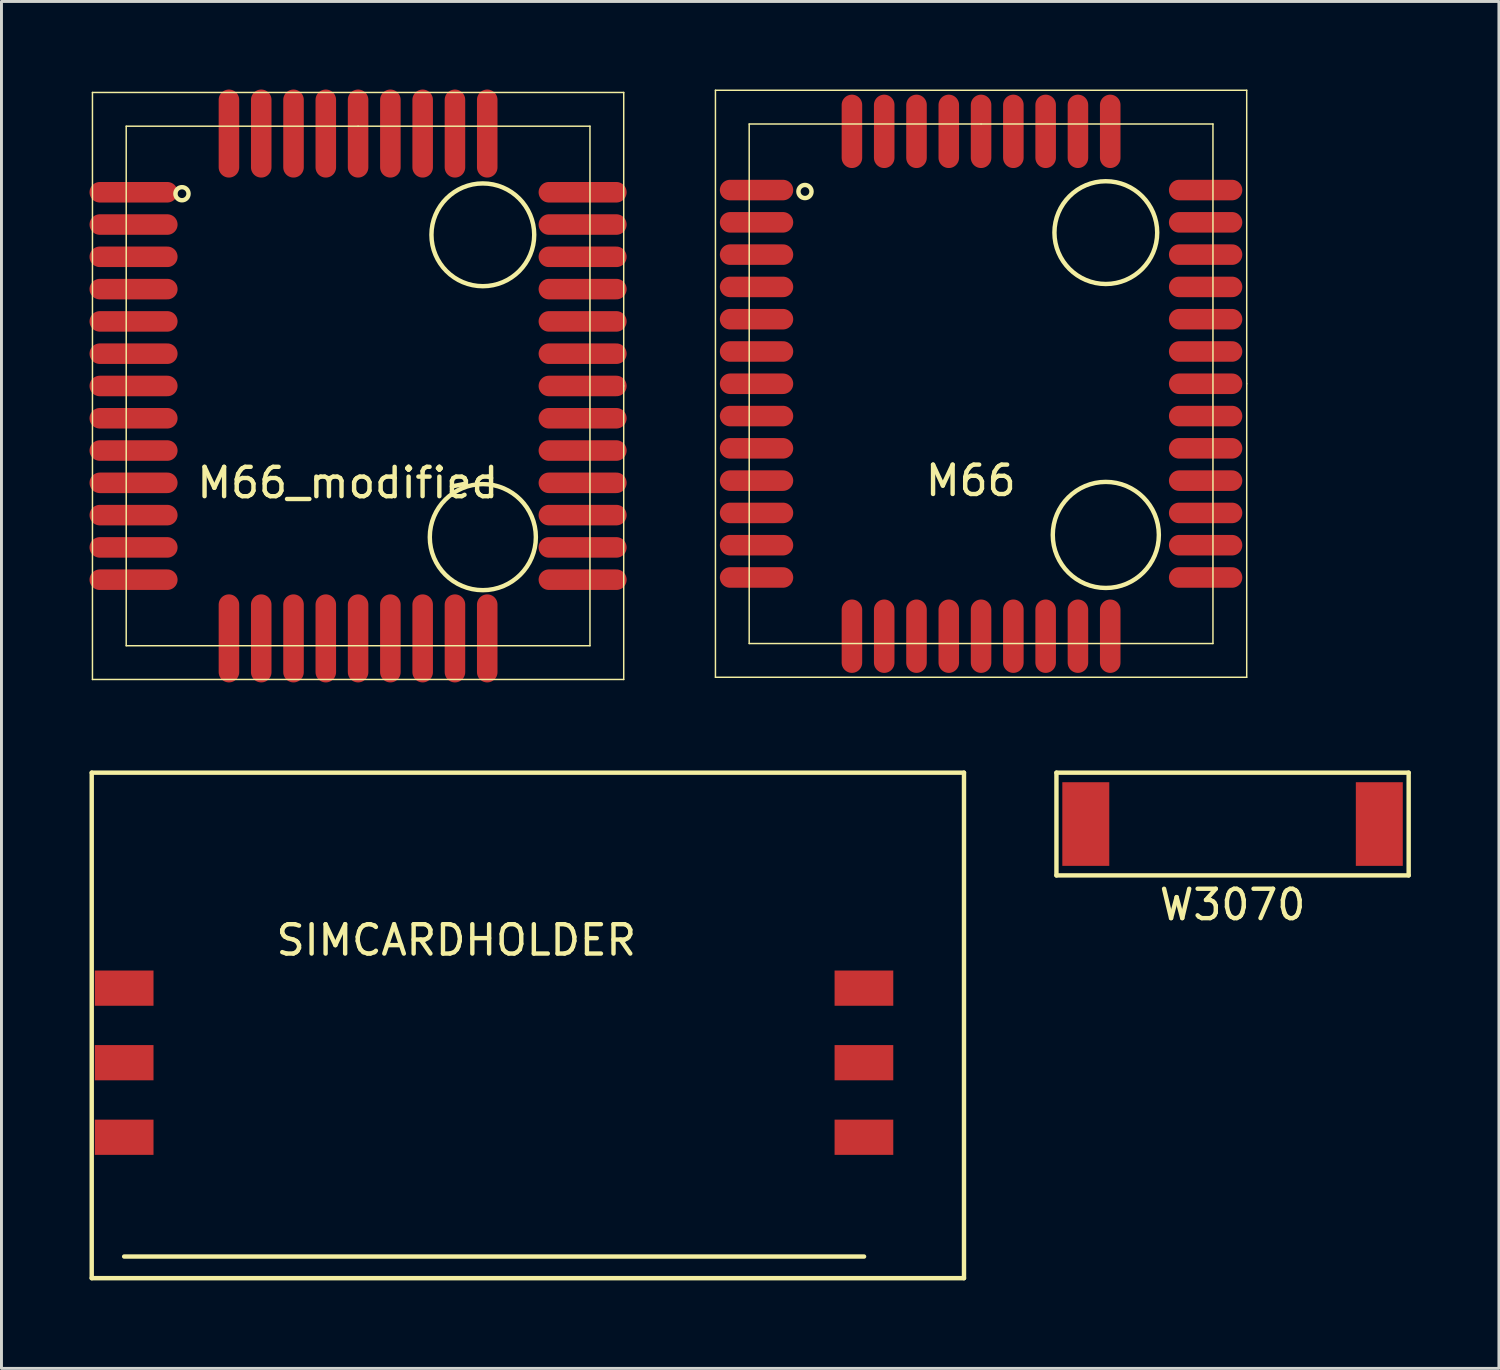
<source format=kicad_pcb>
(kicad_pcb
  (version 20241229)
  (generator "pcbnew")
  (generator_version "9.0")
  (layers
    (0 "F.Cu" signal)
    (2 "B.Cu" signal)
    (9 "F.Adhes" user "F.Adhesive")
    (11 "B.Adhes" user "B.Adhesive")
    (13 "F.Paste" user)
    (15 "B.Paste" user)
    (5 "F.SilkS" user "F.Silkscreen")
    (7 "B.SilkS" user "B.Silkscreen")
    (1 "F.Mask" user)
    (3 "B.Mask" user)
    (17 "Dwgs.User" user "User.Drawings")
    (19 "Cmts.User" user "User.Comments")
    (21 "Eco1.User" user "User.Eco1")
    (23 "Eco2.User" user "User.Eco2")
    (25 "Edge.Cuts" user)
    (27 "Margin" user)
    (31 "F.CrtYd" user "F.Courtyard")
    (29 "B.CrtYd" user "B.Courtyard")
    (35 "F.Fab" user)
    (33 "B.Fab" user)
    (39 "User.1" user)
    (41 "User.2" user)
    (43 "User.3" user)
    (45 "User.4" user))
  (footprint "M66_modified"
    (layer "F.Cu")
    (at 9.15 10.1)
    (property "Reference" "M66_modified" (at -0.35 3.3 0) (layer "F.SilkS") (effects (font (size 1 1) (thickness 0.15))))
    (attr through_hole)
    (fp_line (start -9.05 -10) (end 9.05 -10) (stroke (width 0.05) (type solid)) (layer "F.SilkS"))
    (fp_line (start -9.05 10) (end -9.05 -10) (stroke (width 0.05) (type solid)) (layer "F.SilkS"))
    (fp_line (start -7.9 -8.85) (end 0 -8.85) (stroke (width 0.05) (type solid)) (layer "F.SilkS"))
    (fp_line (start -7.9 8.85) (end -7.9 -8.85) (stroke (width 0.05) (type solid)) (layer "F.SilkS"))
    (fp_line (start 0 -8.85) (end 7.9 -8.85) (stroke (width 0.05) (type solid)) (layer "F.SilkS"))
    (fp_line (start 7.9 -8.85) (end 7.9 8.85) (stroke (width 0.05) (type solid)) (layer "F.SilkS"))
    (fp_line (start 7.9 8.85) (end -7.9 8.85) (stroke (width 0.05) (type solid)) (layer "F.SilkS"))
    (fp_line (start 9.05 -10) (end 9.05 0) (stroke (width 0.05) (type solid)) (layer "F.SilkS"))
    (fp_line (start 9.05 0) (end 9.05 10) (stroke (width 0.05) (type solid)) (layer "F.SilkS"))
    (fp_line (start 9.05 10) (end -9.05 10) (stroke (width 0.05) (type solid)) (layer "F.SilkS"))
    (fp_circle (center -6 -6.55) (end -5.9 -6.35) (stroke (width 0.15) (type solid)) (fill no) (layer "F.SilkS"))
    (fp_circle (center 4.25 -5.15) (end 4.3 -3.4) (stroke (width 0.15) (type solid)) (fill no) (layer "F.SilkS"))
    (fp_circle (center 4.25 5.15) (end 4.7 6.9) (stroke (width 0.15) (type solid)) (fill no) (layer "F.SilkS"))
    (pad "1" smd oval (at -7.65 -6.6) (size 3 0.7) (layers "F.Cu" "F.Mask" "F.Paste"))
    (pad "2" smd oval (at -7.65 -5.5) (size 3 0.7) (layers "F.Cu" "F.Mask" "F.Paste"))
    (pad "3" smd oval (at -7.65 -4.4) (size 3 0.7) (layers "F.Cu" "F.Mask" "F.Paste"))
    (pad "4" smd oval (at -7.65 -3.3) (size 3 0.7) (layers "F.Cu" "F.Mask" "F.Paste"))
    (pad "5" smd oval (at -7.65 -2.2) (size 3 0.7) (layers "F.Cu" "F.Mask" "F.Paste"))
    (pad "6" smd oval (at -7.65 -1.1) (size 3 0.7) (layers "F.Cu" "F.Mask" "F.Paste"))
    (pad "7" smd oval (at -7.65 0) (size 3 0.7) (layers "F.Cu" "F.Mask" "F.Paste"))
    (pad "8" smd oval (at -7.65 1.1) (size 3 0.7) (layers "F.Cu" "F.Mask" "F.Paste"))
    (pad "9" smd oval (at -7.65 2.2) (size 3 0.7) (layers "F.Cu" "F.Mask" "F.Paste"))
    (pad "10" smd oval (at -7.65 3.3) (size 3 0.7) (layers "F.Cu" "F.Mask" "F.Paste"))
    (pad "11" smd oval (at -7.65 4.4) (size 3 0.7) (layers "F.Cu" "F.Mask" "F.Paste"))
    (pad "12" smd oval (at -7.65 5.5) (size 3 0.7) (layers "F.Cu" "F.Mask" "F.Paste"))
    (pad "13" smd oval (at -7.65 6.6) (size 3 0.7) (layers "F.Cu" "F.Mask" "F.Paste"))
    (pad "14" smd oval (at -4.4 8.6 90) (size 3 0.7) (layers "F.Cu" "F.Mask" "F.Paste"))
    (pad "15" smd oval (at -3.3 8.6 90) (size 3 0.7) (layers "F.Cu" "F.Mask" "F.Paste"))
    (pad "16" smd oval (at -2.2 8.6 90) (size 3 0.7) (layers "F.Cu" "F.Mask" "F.Paste"))
    (pad "17" smd oval (at -1.1 8.6 90) (size 3 0.7) (layers "F.Cu" "F.Mask" "F.Paste"))
    (pad "18" smd oval (at 0 8.6 90) (size 3 0.7) (layers "F.Cu" "F.Mask" "F.Paste"))
    (pad "19" smd oval (at 1.1 8.6 90) (size 3 0.7) (layers "F.Cu" "F.Mask" "F.Paste"))
    (pad "20" smd oval (at 2.2 8.6 90) (size 3 0.7) (layers "F.Cu" "F.Mask" "F.Paste"))
    (pad "21" smd oval (at 3.3 8.6 90) (size 3 0.7) (layers "F.Cu" "F.Mask" "F.Paste"))
    (pad "22" smd oval (at 4.4 8.6 90) (size 3 0.7) (layers "F.Cu" "F.Mask" "F.Paste"))
    (pad "23" smd oval (at 7.65 6.6) (size 3 0.7) (layers "F.Cu" "F.Mask" "F.Paste"))
    (pad "24" smd oval (at 7.65 5.5) (size 3 0.7) (layers "F.Cu" "F.Mask" "F.Paste"))
    (pad "25" smd oval (at 7.65 4.4) (size 3 0.7) (layers "F.Cu" "F.Mask" "F.Paste"))
    (pad "26" smd oval (at 7.65 3.3) (size 3 0.7) (layers "F.Cu" "F.Mask" "F.Paste"))
    (pad "27" smd oval (at 7.65 2.2) (size 3 0.7) (layers "F.Cu" "F.Mask" "F.Paste"))
    (pad "28" smd oval (at 7.65 1.1) (size 3 0.7) (layers "F.Cu" "F.Mask" "F.Paste"))
    (pad "29" smd oval (at 7.65 0) (size 3 0.7) (layers "F.Cu" "F.Mask" "F.Paste"))
    (pad "30" smd oval (at 7.65 -1.1) (size 3 0.7) (layers "F.Cu" "F.Mask" "F.Paste"))
    (pad "31" smd oval (at 7.65 -2.2) (size 3 0.7) (layers "F.Cu" "F.Mask" "F.Paste"))
    (pad "32" smd oval (at 7.65 -3.3) (size 3 0.7) (layers "F.Cu" "F.Mask" "F.Paste"))
    (pad "33" smd oval (at 7.65 -4.4) (size 3 0.7) (layers "F.Cu" "F.Mask" "F.Paste"))
    (pad "34" smd oval (at 7.65 -5.5) (size 3 0.7) (layers "F.Cu" "F.Mask" "F.Paste"))
    (pad "35" smd oval (at 7.65 -6.6) (size 3 0.7) (layers "F.Cu" "F.Mask" "F.Paste"))
    (pad "36" smd oval (at 4.4 -8.6 270) (size 3 0.7) (layers "F.Cu" "F.Mask" "F.Paste"))
    (pad "37" smd oval (at 3.3 -8.6 270) (size 3 0.7) (layers "F.Cu" "F.Mask" "F.Paste"))
    (pad "38" smd oval (at 2.2 -8.6 270) (size 3 0.7) (layers "F.Cu" "F.Mask" "F.Paste"))
    (pad "39" smd oval (at 1.1 -8.6 270) (size 3 0.7) (layers "F.Cu" "F.Mask" "F.Paste"))
    (pad "40" smd oval (at 0 -8.6 270) (size 3 0.7) (layers "F.Cu" "F.Mask" "F.Paste"))
    (pad "41" smd oval (at -1.1 -8.6 270) (size 3 0.7) (layers "F.Cu" "F.Mask" "F.Paste"))
    (pad "42" smd oval (at -2.2 -8.6 270) (size 3 0.7) (layers "F.Cu" "F.Mask" "F.Paste"))
    (pad "43" smd oval (at -3.3 -8.6 270) (size 3 0.7) (layers "F.Cu" "F.Mask" "F.Paste"))
    (pad "44" smd oval (at -4.4 -8.6 270) (size 3 0.7) (layers "F.Cu" "F.Mask" "F.Paste")))
  (footprint "M66"
    (layer "F.Cu")
    (at 30.375 10.025)
    (property "Reference" "M66" (at -0.35 3.3 0) (layer "F.SilkS") (effects (font (size 1 1) (thickness 0.15))))
    (attr through_hole)
    (fp_line (start -9.05 -10) (end 9.05 -10) (stroke (width 0.05) (type solid)) (layer "F.SilkS"))
    (fp_line (start -9.05 10) (end -9.05 -10) (stroke (width 0.05) (type solid)) (layer "F.SilkS"))
    (fp_line (start -7.9 -8.85) (end 0 -8.85) (stroke (width 0.05) (type solid)) (layer "F.SilkS"))
    (fp_line (start -7.9 8.85) (end -7.9 -8.85) (stroke (width 0.05) (type solid)) (layer "F.SilkS"))
    (fp_line (start 0 -8.85) (end 7.9 -8.85) (stroke (width 0.05) (type solid)) (layer "F.SilkS"))
    (fp_line (start 7.9 -8.85) (end 7.9 8.85) (stroke (width 0.05) (type solid)) (layer "F.SilkS"))
    (fp_line (start 7.9 8.85) (end -7.9 8.85) (stroke (width 0.05) (type solid)) (layer "F.SilkS"))
    (fp_line (start 9.05 -10) (end 9.05 0) (stroke (width 0.05) (type solid)) (layer "F.SilkS"))
    (fp_line (start 9.05 0) (end 9.05 10) (stroke (width 0.05) (type solid)) (layer "F.SilkS"))
    (fp_line (start 9.05 10) (end -9.05 10) (stroke (width 0.05) (type solid)) (layer "F.SilkS"))
    (fp_circle (center -6 -6.55) (end -5.9 -6.35) (stroke (width 0.15) (type solid)) (fill no) (layer "F.SilkS"))
    (fp_circle (center 4.25 -5.15) (end 4.3 -3.4) (stroke (width 0.15) (type solid)) (fill no) (layer "F.SilkS"))
    (fp_circle (center 4.25 5.15) (end 4.7 6.9) (stroke (width 0.15) (type solid)) (fill no) (layer "F.SilkS"))
    (pad "1" smd oval (at -7.65 -6.6) (size 2.5 0.7) (layers "F.Cu" "F.Mask" "F.Paste"))
    (pad "2" smd oval (at -7.65 -5.5) (size 2.5 0.7) (layers "F.Cu" "F.Mask" "F.Paste"))
    (pad "3" smd oval (at -7.65 -4.4) (size 2.5 0.7) (layers "F.Cu" "F.Mask" "F.Paste"))
    (pad "4" smd oval (at -7.65 -3.3) (size 2.5 0.7) (layers "F.Cu" "F.Mask" "F.Paste"))
    (pad "5" smd oval (at -7.65 -2.2) (size 2.5 0.7) (layers "F.Cu" "F.Mask" "F.Paste"))
    (pad "6" smd oval (at -7.65 -1.1) (size 2.5 0.7) (layers "F.Cu" "F.Mask" "F.Paste"))
    (pad "7" smd oval (at -7.65 0) (size 2.5 0.7) (layers "F.Cu" "F.Mask" "F.Paste"))
    (pad "8" smd oval (at -7.65 1.1) (size 2.5 0.7) (layers "F.Cu" "F.Mask" "F.Paste"))
    (pad "9" smd oval (at -7.65 2.2) (size 2.5 0.7) (layers "F.Cu" "F.Mask" "F.Paste"))
    (pad "10" smd oval (at -7.65 3.3) (size 2.5 0.7) (layers "F.Cu" "F.Mask" "F.Paste"))
    (pad "11" smd oval (at -7.65 4.4) (size 2.5 0.7) (layers "F.Cu" "F.Mask" "F.Paste"))
    (pad "12" smd oval (at -7.65 5.5) (size 2.5 0.7) (layers "F.Cu" "F.Mask" "F.Paste"))
    (pad "13" smd oval (at -7.65 6.6) (size 2.5 0.7) (layers "F.Cu" "F.Mask" "F.Paste"))
    (pad "14" smd oval (at -4.4 8.6 90) (size 2.5 0.7) (layers "F.Cu" "F.Mask" "F.Paste"))
    (pad "15" smd oval (at -3.3 8.6 90) (size 2.5 0.7) (layers "F.Cu" "F.Mask" "F.Paste"))
    (pad "16" smd oval (at -2.2 8.6 90) (size 2.5 0.7) (layers "F.Cu" "F.Mask" "F.Paste"))
    (pad "17" smd oval (at -1.1 8.6 90) (size 2.5 0.7) (layers "F.Cu" "F.Mask" "F.Paste"))
    (pad "18" smd oval (at 0 8.6 90) (size 2.5 0.7) (layers "F.Cu" "F.Mask" "F.Paste"))
    (pad "19" smd oval (at 1.1 8.6 90) (size 2.5 0.7) (layers "F.Cu" "F.Mask" "F.Paste"))
    (pad "20" smd oval (at 2.2 8.6 90) (size 2.5 0.7) (layers "F.Cu" "F.Mask" "F.Paste"))
    (pad "21" smd oval (at 3.3 8.6 90) (size 2.5 0.7) (layers "F.Cu" "F.Mask" "F.Paste"))
    (pad "22" smd oval (at 4.4 8.6 90) (size 2.5 0.7) (layers "F.Cu" "F.Mask" "F.Paste"))
    (pad "23" smd oval (at 7.65 6.6) (size 2.5 0.7) (layers "F.Cu" "F.Mask" "F.Paste"))
    (pad "24" smd oval (at 7.65 5.5) (size 2.5 0.7) (layers "F.Cu" "F.Mask" "F.Paste"))
    (pad "25" smd oval (at 7.65 4.4) (size 2.5 0.7) (layers "F.Cu" "F.Mask" "F.Paste"))
    (pad "26" smd oval (at 7.65 3.3) (size 2.5 0.7) (layers "F.Cu" "F.Mask" "F.Paste"))
    (pad "27" smd oval (at 7.65 2.2) (size 2.5 0.7) (layers "F.Cu" "F.Mask" "F.Paste"))
    (pad "28" smd oval (at 7.65 1.1) (size 2.5 0.7) (layers "F.Cu" "F.Mask" "F.Paste"))
    (pad "29" smd oval (at 7.65 0) (size 2.5 0.7) (layers "F.Cu" "F.Mask" "F.Paste"))
    (pad "30" smd oval (at 7.65 -1.1) (size 2.5 0.7) (layers "F.Cu" "F.Mask" "F.Paste"))
    (pad "31" smd oval (at 7.65 -2.2) (size 2.5 0.7) (layers "F.Cu" "F.Mask" "F.Paste"))
    (pad "32" smd oval (at 7.65 -3.3) (size 2.5 0.7) (layers "F.Cu" "F.Mask" "F.Paste"))
    (pad "33" smd oval (at 7.65 -4.4) (size 2.5 0.7) (layers "F.Cu" "F.Mask" "F.Paste"))
    (pad "34" smd oval (at 7.65 -5.5) (size 2.5 0.7) (layers "F.Cu" "F.Mask" "F.Paste"))
    (pad "35" smd oval (at 7.65 -6.6) (size 2.5 0.7) (layers "F.Cu" "F.Mask" "F.Paste"))
    (pad "36" smd oval (at 4.4 -8.6 270) (size 2.5 0.7) (layers "F.Cu" "F.Mask" "F.Paste"))
    (pad "37" smd oval (at 3.3 -8.6 270) (size 2.5 0.7) (layers "F.Cu" "F.Mask" "F.Paste"))
    (pad "38" smd oval (at 2.2 -8.6 270) (size 2.5 0.7) (layers "F.Cu" "F.Mask" "F.Paste"))
    (pad "39" smd oval (at 1.1 -8.6 270) (size 2.5 0.7) (layers "F.Cu" "F.Mask" "F.Paste"))
    (pad "40" smd oval (at 0 -8.6 270) (size 2.5 0.7) (layers "F.Cu" "F.Mask" "F.Paste"))
    (pad "41" smd oval (at -1.1 -8.6 270) (size 2.5 0.7) (layers "F.Cu" "F.Mask" "F.Paste"))
    (pad "42" smd oval (at -2.2 -8.6 270) (size 2.5 0.7) (layers "F.Cu" "F.Mask" "F.Paste"))
    (pad "43" smd oval (at -3.3 -8.6 270) (size 2.5 0.7) (layers "F.Cu" "F.Mask" "F.Paste"))
    (pad "44" smd oval (at -4.4 -8.6 270) (size 2.5 0.7) (layers "F.Cu" "F.Mask" "F.Paste")))
  (footprint "W3070"
    (layer "F.Cu")
    (at 38.943 25.025)
    (property "Reference" "W3070" (at 0 2.75 0) (layer "F.SilkS") (effects (font (size 1 1) (thickness 0.15))))
    (attr through_hole)
    (fp_line (start -6 -1.75) (end 6 -1.75) (stroke (width 0.15) (type solid)) (layer "F.SilkS"))
    (fp_line (start -6 1.75) (end -6 -1.75) (stroke (width 0.15) (type solid)) (layer "F.SilkS"))
    (fp_line (start 6 -1.75) (end 6 1.75) (stroke (width 0.15) (type solid)) (layer "F.SilkS"))
    (fp_line (start 6 1.75) (end -6 1.75) (stroke (width 0.15) (type solid)) (layer "F.SilkS"))
    (pad "1" smd rect (at -5 0) (size 1.6 2.85) (layers "F.Cu" "F.Mask" "F.Paste"))
    (pad "2" smd rect (at 5 0) (size 1.6 2.85) (layers "F.Cu" "F.Mask" "F.Paste")))
  (footprint "SIMCARDHOLDER"
    (layer "F.Cu")
    (at 17.296 31.886)
    (property "Reference" "SIMCARDHOLDER" (at -4.801 -2.904 0) (layer "F.SilkS") (effects (font (size 1 1) (thickness 0.15))))
    (attr through_hole)
    (fp_line (start -17.221 -8.611) (end 12.497 -8.611) (stroke (width 0.15) (type solid)) (layer "F.SilkS"))
    (fp_line (start -17.221 8.611) (end -17.221 -8.611) (stroke (width 0.15) (type solid)) (layer "F.SilkS"))
    (fp_line (start -16.116 7.874) (end 9.093 7.874) (stroke (width 0.15) (type solid)) (layer "F.SilkS"))
    (fp_line (start 12.497 -8.611) (end 12.497 8.611) (stroke (width 0.15) (type solid)) (layer "F.SilkS"))
    (fp_line (start 12.497 8.611) (end -17.221 8.611) (stroke (width 0.15) (type solid)) (layer "F.SilkS"))
    (pad "1" smd rect (at -16.116 3.81) (size 2 1.2) (layers "F.Cu" "F.Mask" "F.Paste"))
    (pad "2" smd rect (at -16.116 1.27) (size 2 1.2) (layers "F.Cu" "F.Mask" "F.Paste"))
    (pad "3" smd rect (at -16.116 -1.27) (size 2 1.2) (layers "F.Cu" "F.Mask" "F.Paste"))
    (pad "4" smd rect (at 9.088 3.81) (size 2 1.2) (layers "F.Cu" "F.Mask" "F.Paste"))
    (pad "5" smd rect (at 9.088 1.27) (size 2 1.2) (layers "F.Cu" "F.Mask" "F.Paste"))
    (pad "6" smd rect (at 9.088 -1.27) (size 2 1.2) (layers "F.Cu" "F.Mask" "F.Paste")))
  (gr_rect
    (start -3 -3)
    (end 48.018 43.571)
    (stroke (width 0.1) (type default))
    (fill no)
    (layer "Edge.Cuts")))
</source>
